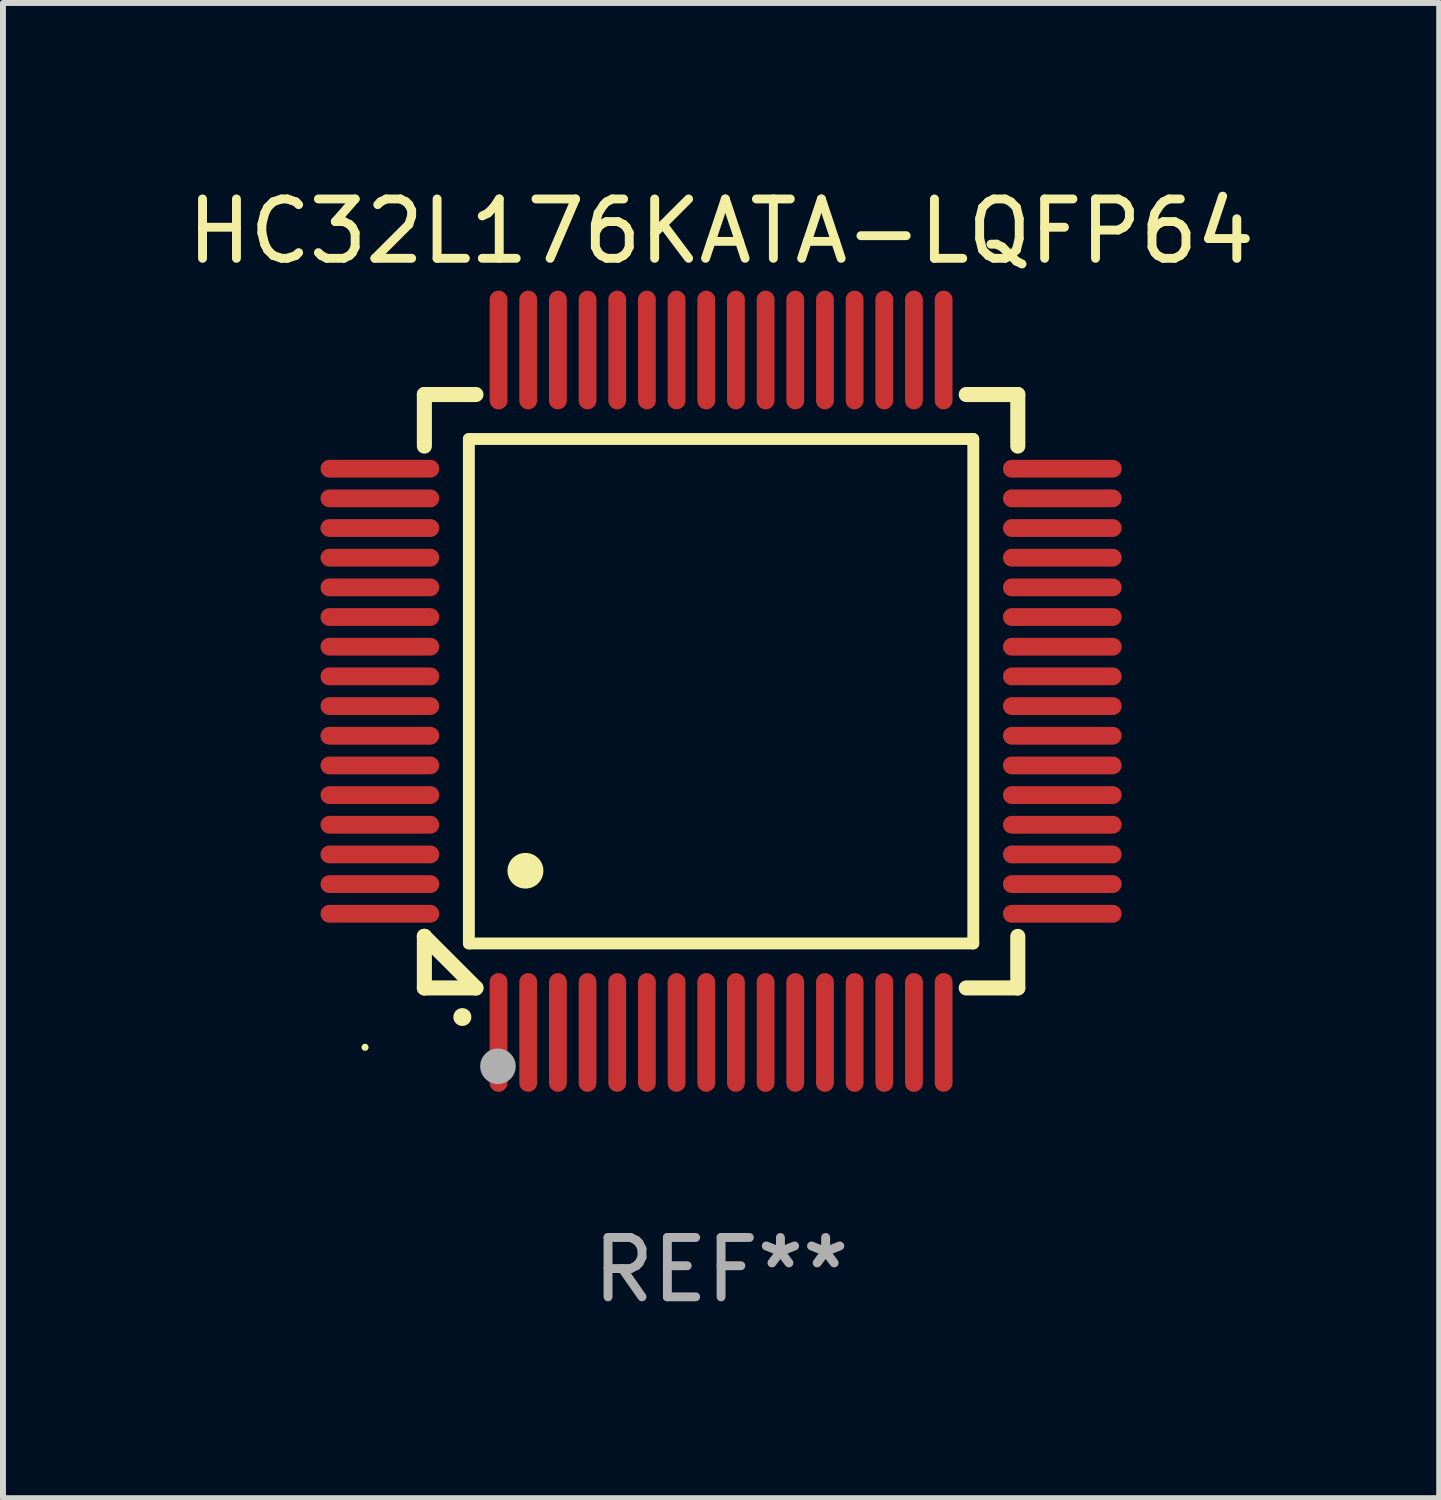
<source format=kicad_pcb>
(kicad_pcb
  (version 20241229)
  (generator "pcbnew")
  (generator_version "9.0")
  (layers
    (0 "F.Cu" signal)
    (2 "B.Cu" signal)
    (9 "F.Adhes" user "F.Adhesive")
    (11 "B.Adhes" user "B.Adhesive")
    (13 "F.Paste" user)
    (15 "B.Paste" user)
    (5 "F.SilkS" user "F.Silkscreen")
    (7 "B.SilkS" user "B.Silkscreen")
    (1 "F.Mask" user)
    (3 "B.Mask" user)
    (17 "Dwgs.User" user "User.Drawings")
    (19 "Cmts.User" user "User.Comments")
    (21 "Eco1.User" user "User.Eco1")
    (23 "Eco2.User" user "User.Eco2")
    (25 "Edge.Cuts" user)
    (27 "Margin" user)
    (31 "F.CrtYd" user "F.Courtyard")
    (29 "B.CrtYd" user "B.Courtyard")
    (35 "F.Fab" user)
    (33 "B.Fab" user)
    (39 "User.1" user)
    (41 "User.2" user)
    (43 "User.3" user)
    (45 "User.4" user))
  (footprint "HC32L176KATA-LQFP64"
    (layer "F.Cu")
    (at 9.101 8.598)
    (property "Reference" "HC32L176KATA-LQFP64" (at 0 -7.75 0) (layer "F.SilkS") (effects (font (size 1 1) (thickness 0.15))))
    (attr through_hole)
    (fp_line (start -5 -5) (end -4.131 -5) (stroke (width 0.254) (type solid)) (layer "F.SilkS"))
    (fp_line (start -5 -4.131) (end -5 -5) (stroke (width 0.254) (type solid)) (layer "F.SilkS"))
    (fp_line (start -5 4.131) (end -5 4.131) (stroke (width 0.254) (type solid)) (layer "F.SilkS"))
    (fp_line (start -5 5) (end -5 4.131) (stroke (width 0.254) (type solid)) (layer "F.SilkS"))
    (fp_line (start -5 4.131) (end -4.131 5) (stroke (width 0.254) (type solid)) (layer "F.SilkS"))
    (fp_line (start -4.25 -4.25) (end -4.25 4.25) (stroke (width 0.2) (type solid)) (layer "F.SilkS"))
    (fp_line (start -4.25 4.25) (end 4.25 4.25) (stroke (width 0.2) (type solid)) (layer "F.SilkS"))
    (fp_line (start -4.131 5) (end -5 5) (stroke (width 0.254) (type solid)) (layer "F.SilkS"))
    (fp_line (start 4.25 -4.25) (end -4.25 -4.25) (stroke (width 0.2) (type solid)) (layer "F.SilkS"))
    (fp_line (start 4.25 4.25) (end 4.25 -4.25) (stroke (width 0.2) (type solid)) (layer "F.SilkS"))
    (fp_line (start 5 -5) (end 4.131 -5) (stroke (width 0.254) (type solid)) (layer "F.SilkS"))
    (fp_line (start 5 -5) (end 5 -4.131) (stroke (width 0.254) (type solid)) (layer "F.SilkS"))
    (fp_line (start 5 4.131) (end 5 5) (stroke (width 0.254) (type solid)) (layer "F.SilkS"))
    (fp_line (start 5 5) (end 4.131 5) (stroke (width 0.254) (type solid)) (layer "F.SilkS"))
    (fp_arc (start -4.361265 5.489992) (mid -4.359995 5.489987) (end -4.358725 5.489992) (stroke (width 0.3) (type solid)) (layer "F.SilkS"))
    (fp_arc (start -3.299467 3.025146) (mid -3.296927 3.025135) (end -3.294387 3.025146) (stroke (width 0.6) (type solid)) (layer "F.SilkS"))
    (fp_circle (center -6 6) (end -5.97 6) (stroke (width 0.06) (type solid)) (fill no) (layer "F.SilkS"))
    (fp_circle (center -3.76 6.32) (end -3.61 6.32) (stroke (width 0.3) (type solid)) (fill no) (layer "F.Fab"))
    (fp_text user "REF**" (at 0 9.75 0) (layer "F.Fab") (effects (font (size 1 1) (thickness 0.15))))
    (pad "1" smd oval (at -3.75 5.75) (size 0.3 2) (layers "F.Cu" "F.Mask" "F.Paste"))
    (pad "2" smd oval (at -3.25 5.75) (size 0.3 2) (layers "F.Cu" "F.Mask" "F.Paste"))
    (pad "3" smd oval (at -2.75 5.75) (size 0.3 2) (layers "F.Cu" "F.Mask" "F.Paste"))
    (pad "4" smd oval (at -2.25 5.75) (size 0.3 2) (layers "F.Cu" "F.Mask" "F.Paste"))
    (pad "5" smd oval (at -1.75 5.75) (size 0.3 2) (layers "F.Cu" "F.Mask" "F.Paste"))
    (pad "6" smd oval (at -1.25 5.75) (size 0.3 2) (layers "F.Cu" "F.Mask" "F.Paste"))
    (pad "7" smd oval (at -0.75 5.75) (size 0.3 2) (layers "F.Cu" "F.Mask" "F.Paste"))
    (pad "8" smd oval (at -0.25 5.75) (size 0.3 2) (layers "F.Cu" "F.Mask" "F.Paste"))
    (pad "9" smd oval (at 0.25 5.75) (size 0.3 2) (layers "F.Cu" "F.Mask" "F.Paste"))
    (pad "10" smd oval (at 0.75 5.75) (size 0.3 2) (layers "F.Cu" "F.Mask" "F.Paste"))
    (pad "11" smd oval (at 1.25 5.75) (size 0.3 2) (layers "F.Cu" "F.Mask" "F.Paste"))
    (pad "12" smd oval (at 1.75 5.75) (size 0.3 2) (layers "F.Cu" "F.Mask" "F.Paste"))
    (pad "13" smd oval (at 2.25 5.75) (size 0.3 2) (layers "F.Cu" "F.Mask" "F.Paste"))
    (pad "14" smd oval (at 2.75 5.75) (size 0.3 2) (layers "F.Cu" "F.Mask" "F.Paste"))
    (pad "15" smd oval (at 3.25 5.75) (size 0.3 2) (layers "F.Cu" "F.Mask" "F.Paste"))
    (pad "16" smd oval (at 3.75 5.75) (size 0.3 2) (layers "F.Cu" "F.Mask" "F.Paste"))
    (pad "17" smd oval (at 5.75 3.75) (size 2 0.3) (layers "F.Cu" "F.Mask" "F.Paste"))
    (pad "18" smd oval (at 5.75 3.25) (size 2 0.3) (layers "F.Cu" "F.Mask" "F.Paste"))
    (pad "19" smd oval (at 5.75 2.75) (size 2 0.3) (layers "F.Cu" "F.Mask" "F.Paste"))
    (pad "20" smd oval (at 5.75 2.25) (size 2 0.3) (layers "F.Cu" "F.Mask" "F.Paste"))
    (pad "21" smd oval (at 5.75 1.75) (size 2 0.3) (layers "F.Cu" "F.Mask" "F.Paste"))
    (pad "22" smd oval (at 5.75 1.25) (size 2 0.3) (layers "F.Cu" "F.Mask" "F.Paste"))
    (pad "23" smd oval (at 5.75 0.75) (size 2 0.3) (layers "F.Cu" "F.Mask" "F.Paste"))
    (pad "24" smd oval (at 5.75 0.25) (size 2 0.3) (layers "F.Cu" "F.Mask" "F.Paste"))
    (pad "25" smd oval (at 5.75 -0.25) (size 2 0.3) (layers "F.Cu" "F.Mask" "F.Paste"))
    (pad "26" smd oval (at 5.75 -0.75) (size 2 0.3) (layers "F.Cu" "F.Mask" "F.Paste"))
    (pad "27" smd oval (at 5.75 -1.25) (size 2 0.3) (layers "F.Cu" "F.Mask" "F.Paste"))
    (pad "28" smd oval (at 5.75 -1.75) (size 2 0.3) (layers "F.Cu" "F.Mask" "F.Paste"))
    (pad "29" smd oval (at 5.75 -2.25) (size 2 0.3) (layers "F.Cu" "F.Mask" "F.Paste"))
    (pad "30" smd oval (at 5.75 -2.75) (size 2 0.3) (layers "F.Cu" "F.Mask" "F.Paste"))
    (pad "31" smd oval (at 5.75 -3.25) (size 2 0.3) (layers "F.Cu" "F.Mask" "F.Paste"))
    (pad "32" smd oval (at 5.75 -3.75) (size 2 0.3) (layers "F.Cu" "F.Mask" "F.Paste"))
    (pad "33" smd oval (at 3.75 -5.75) (size 0.3 2) (layers "F.Cu" "F.Mask" "F.Paste"))
    (pad "34" smd oval (at 3.25 -5.75) (size 0.3 2) (layers "F.Cu" "F.Mask" "F.Paste"))
    (pad "35" smd oval (at 2.75 -5.75) (size 0.3 2) (layers "F.Cu" "F.Mask" "F.Paste"))
    (pad "36" smd oval (at 2.25 -5.75) (size 0.3 2) (layers "F.Cu" "F.Mask" "F.Paste"))
    (pad "37" smd oval (at 1.75 -5.75) (size 0.3 2) (layers "F.Cu" "F.Mask" "F.Paste"))
    (pad "38" smd oval (at 1.25 -5.75) (size 0.3 2) (layers "F.Cu" "F.Mask" "F.Paste"))
    (pad "39" smd oval (at 0.75 -5.75) (size 0.3 2) (layers "F.Cu" "F.Mask" "F.Paste"))
    (pad "40" smd oval (at 0.25 -5.75) (size 0.3 2) (layers "F.Cu" "F.Mask" "F.Paste"))
    (pad "41" smd oval (at -0.25 -5.75) (size 0.3 2) (layers "F.Cu" "F.Mask" "F.Paste"))
    (pad "42" smd oval (at -0.75 -5.75) (size 0.3 2) (layers "F.Cu" "F.Mask" "F.Paste"))
    (pad "43" smd oval (at -1.25 -5.75) (size 0.3 2) (layers "F.Cu" "F.Mask" "F.Paste"))
    (pad "44" smd oval (at -1.75 -5.75) (size 0.3 2) (layers "F.Cu" "F.Mask" "F.Paste"))
    (pad "45" smd oval (at -2.25 -5.75) (size 0.3 2) (layers "F.Cu" "F.Mask" "F.Paste"))
    (pad "46" smd oval (at -2.75 -5.75) (size 0.3 2) (layers "F.Cu" "F.Mask" "F.Paste"))
    (pad "47" smd oval (at -3.25 -5.75) (size 0.3 2) (layers "F.Cu" "F.Mask" "F.Paste"))
    (pad "48" smd oval (at -3.75 -5.75) (size 0.3 2) (layers "F.Cu" "F.Mask" "F.Paste"))
    (pad "49" smd oval (at -5.75 -3.75) (size 2 0.3) (layers "F.Cu" "F.Mask" "F.Paste"))
    (pad "50" smd oval (at -5.75 -3.25) (size 2 0.3) (layers "F.Cu" "F.Mask" "F.Paste"))
    (pad "51" smd oval (at -5.75 -2.75) (size 2 0.3) (layers "F.Cu" "F.Mask" "F.Paste"))
    (pad "52" smd oval (at -5.75 -2.25) (size 2 0.3) (layers "F.Cu" "F.Mask" "F.Paste"))
    (pad "53" smd oval (at -5.75 -1.75) (size 2 0.3) (layers "F.Cu" "F.Mask" "F.Paste"))
    (pad "54" smd oval (at -5.75 -1.25) (size 2 0.3) (layers "F.Cu" "F.Mask" "F.Paste"))
    (pad "55" smd oval (at -5.75 -0.75) (size 2 0.3) (layers "F.Cu" "F.Mask" "F.Paste"))
    (pad "56" smd oval (at -5.75 -0.25) (size 2 0.3) (layers "F.Cu" "F.Mask" "F.Paste"))
    (pad "57" smd oval (at -5.75 0.25) (size 2 0.3) (layers "F.Cu" "F.Mask" "F.Paste"))
    (pad "58" smd oval (at -5.75 0.75) (size 2 0.3) (layers "F.Cu" "F.Mask" "F.Paste"))
    (pad "59" smd oval (at -5.75 1.25) (size 2 0.3) (layers "F.Cu" "F.Mask" "F.Paste"))
    (pad "60" smd oval (at -5.75 1.75) (size 2 0.3) (layers "F.Cu" "F.Mask" "F.Paste"))
    (pad "61" smd oval (at -5.75 2.25) (size 2 0.3) (layers "F.Cu" "F.Mask" "F.Paste"))
    (pad "62" smd oval (at -5.75 2.75) (size 2 0.3) (layers "F.Cu" "F.Mask" "F.Paste"))
    (pad "63" smd oval (at -5.75 3.25) (size 2 0.3) (layers "F.Cu" "F.Mask" "F.Paste"))
    (pad "64" smd oval (at -5.75 3.75) (size 2 0.3) (layers "F.Cu" "F.Mask" "F.Paste")))
  (gr_rect
    (start -3 -3)
    (end 21.202 22.196)
    (stroke (width 0.1) (type default))
    (fill no)
    (layer "Edge.Cuts")))
</source>
